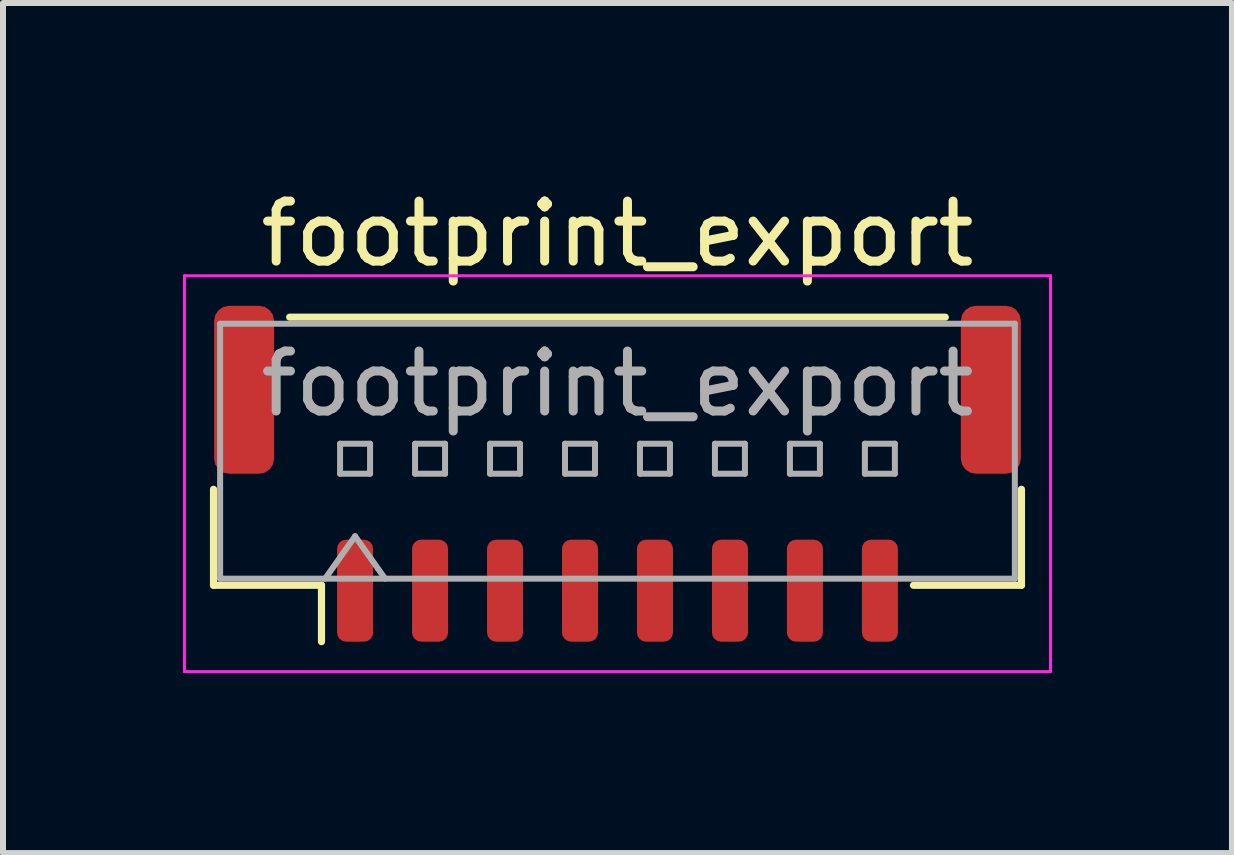
<source format=kicad_pcb>
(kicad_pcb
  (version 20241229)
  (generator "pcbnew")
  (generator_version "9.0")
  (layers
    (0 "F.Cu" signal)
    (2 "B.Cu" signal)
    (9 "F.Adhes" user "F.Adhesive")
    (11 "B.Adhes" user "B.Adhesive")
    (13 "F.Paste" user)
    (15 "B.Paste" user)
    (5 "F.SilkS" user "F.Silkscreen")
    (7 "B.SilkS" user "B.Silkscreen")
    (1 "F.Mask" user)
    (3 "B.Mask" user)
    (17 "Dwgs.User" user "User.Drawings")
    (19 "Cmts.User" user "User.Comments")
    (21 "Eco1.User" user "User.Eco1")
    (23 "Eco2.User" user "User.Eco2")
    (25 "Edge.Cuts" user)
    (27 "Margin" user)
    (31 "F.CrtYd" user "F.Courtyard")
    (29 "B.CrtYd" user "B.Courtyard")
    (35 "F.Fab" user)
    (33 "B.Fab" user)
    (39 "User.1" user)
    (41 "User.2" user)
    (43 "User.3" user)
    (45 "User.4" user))
  (footprint "footprint_export"
    (layer "F.Cu")
    (at 7.245 4.848)
    (property "Reference" "footprint_export" (at 0 -4 0) (layer "F.SilkS") (effects (font (size 1 1) (thickness 0.15))))
    (attr smd)
    (fp_line (start -6.735 0.26) (end -6.735 1.86) (stroke (width 0.12) (type solid)) (layer "F.SilkS"))
    (fp_line (start -6.735 1.86) (end -4.935 1.86) (stroke (width 0.12) (type solid)) (layer "F.SilkS"))
    (fp_line (start -5.465 -2.61) (end 5.465 -2.61) (stroke (width 0.12) (type solid)) (layer "F.SilkS"))
    (fp_line (start -4.935 1.86) (end -4.935 2.8) (stroke (width 0.12) (type solid)) (layer "F.SilkS"))
    (fp_line (start 6.735 0.26) (end 6.735 1.86) (stroke (width 0.12) (type solid)) (layer "F.SilkS"))
    (fp_line (start 6.735 1.86) (end 4.935 1.86) (stroke (width 0.12) (type solid)) (layer "F.SilkS"))
    (fp_line (start -7.22 -3.3) (end -7.22 3.3) (stroke (width 0.05) (type solid)) (layer "F.CrtYd"))
    (fp_line (start -7.22 3.3) (end 7.22 3.3) (stroke (width 0.05) (type solid)) (layer "F.CrtYd"))
    (fp_line (start 7.22 -3.3) (end -7.22 -3.3) (stroke (width 0.05) (type solid)) (layer "F.CrtYd"))
    (fp_line (start 7.22 3.3) (end 7.22 -3.3) (stroke (width 0.05) (type solid)) (layer "F.CrtYd"))
    (fp_line (start -6.625 -2.5) (end 6.625 -2.5) (stroke (width 0.1) (type solid)) (layer "F.Fab"))
    (fp_line (start -6.625 1.75) (end -6.625 -2.5) (stroke (width 0.1) (type solid)) (layer "F.Fab"))
    (fp_line (start -6.625 1.75) (end 6.625 1.75) (stroke (width 0.1) (type solid)) (layer "F.Fab"))
    (fp_line (start -4.875 1.75) (end -4.375 1.043) (stroke (width 0.1) (type solid)) (layer "F.Fab"))
    (fp_line (start -4.625 -0.5) (end -4.625 0) (stroke (width 0.1) (type solid)) (layer "F.Fab"))
    (fp_line (start -4.625 0) (end -4.125 0) (stroke (width 0.1) (type solid)) (layer "F.Fab"))
    (fp_line (start -4.375 1.043) (end -3.875 1.75) (stroke (width 0.1) (type solid)) (layer "F.Fab"))
    (fp_line (start -4.125 -0.5) (end -4.625 -0.5) (stroke (width 0.1) (type solid)) (layer "F.Fab"))
    (fp_line (start -4.125 0) (end -4.125 -0.5) (stroke (width 0.1) (type solid)) (layer "F.Fab"))
    (fp_line (start -3.375 -0.5) (end -3.375 0) (stroke (width 0.1) (type solid)) (layer "F.Fab"))
    (fp_line (start -3.375 0) (end -2.875 0) (stroke (width 0.1) (type solid)) (layer "F.Fab"))
    (fp_line (start -2.875 -0.5) (end -3.375 -0.5) (stroke (width 0.1) (type solid)) (layer "F.Fab"))
    (fp_line (start -2.875 0) (end -2.875 -0.5) (stroke (width 0.1) (type solid)) (layer "F.Fab"))
    (fp_line (start -2.125 -0.5) (end -2.125 0) (stroke (width 0.1) (type solid)) (layer "F.Fab"))
    (fp_line (start -2.125 0) (end -1.625 0) (stroke (width 0.1) (type solid)) (layer "F.Fab"))
    (fp_line (start -1.625 -0.5) (end -2.125 -0.5) (stroke (width 0.1) (type solid)) (layer "F.Fab"))
    (fp_line (start -1.625 0) (end -1.625 -0.5) (stroke (width 0.1) (type solid)) (layer "F.Fab"))
    (fp_line (start -0.875 -0.5) (end -0.875 0) (stroke (width 0.1) (type solid)) (layer "F.Fab"))
    (fp_line (start -0.875 0) (end -0.375 0) (stroke (width 0.1) (type solid)) (layer "F.Fab"))
    (fp_line (start -0.375 -0.5) (end -0.875 -0.5) (stroke (width 0.1) (type solid)) (layer "F.Fab"))
    (fp_line (start -0.375 0) (end -0.375 -0.5) (stroke (width 0.1) (type solid)) (layer "F.Fab"))
    (fp_line (start 0.375 -0.5) (end 0.375 0) (stroke (width 0.1) (type solid)) (layer "F.Fab"))
    (fp_line (start 0.375 0) (end 0.875 0) (stroke (width 0.1) (type solid)) (layer "F.Fab"))
    (fp_line (start 0.875 -0.5) (end 0.375 -0.5) (stroke (width 0.1) (type solid)) (layer "F.Fab"))
    (fp_line (start 0.875 0) (end 0.875 -0.5) (stroke (width 0.1) (type solid)) (layer "F.Fab"))
    (fp_line (start 1.625 -0.5) (end 1.625 0) (stroke (width 0.1) (type solid)) (layer "F.Fab"))
    (fp_line (start 1.625 0) (end 2.125 0) (stroke (width 0.1) (type solid)) (layer "F.Fab"))
    (fp_line (start 2.125 -0.5) (end 1.625 -0.5) (stroke (width 0.1) (type solid)) (layer "F.Fab"))
    (fp_line (start 2.125 0) (end 2.125 -0.5) (stroke (width 0.1) (type solid)) (layer "F.Fab"))
    (fp_line (start 2.875 -0.5) (end 2.875 0) (stroke (width 0.1) (type solid)) (layer "F.Fab"))
    (fp_line (start 2.875 0) (end 3.375 0) (stroke (width 0.1) (type solid)) (layer "F.Fab"))
    (fp_line (start 3.375 -0.5) (end 2.875 -0.5) (stroke (width 0.1) (type solid)) (layer "F.Fab"))
    (fp_line (start 3.375 0) (end 3.375 -0.5) (stroke (width 0.1) (type solid)) (layer "F.Fab"))
    (fp_line (start 4.125 -0.5) (end 4.125 0) (stroke (width 0.1) (type solid)) (layer "F.Fab"))
    (fp_line (start 4.125 0) (end 4.625 0) (stroke (width 0.1) (type solid)) (layer "F.Fab"))
    (fp_line (start 4.625 -0.5) (end 4.125 -0.5) (stroke (width 0.1) (type solid)) (layer "F.Fab"))
    (fp_line (start 4.625 0) (end 4.625 -0.5) (stroke (width 0.1) (type solid)) (layer "F.Fab"))
    (fp_line (start 6.625 1.75) (end 6.625 -2.5) (stroke (width 0.1) (type solid)) (layer "F.Fab"))
    (fp_text user "${REFERENCE}" (at 0 -1.5 0) (layer "F.Fab") (effects (font (size 1 1) (thickness 0.15))))
    (pad "1" smd roundrect (at -4.375 1.95) (size 0.6 1.7) (layers "F.Cu" "F.Mask" "F.Paste") (roundrect_rratio 0.25))
    (pad "2" smd roundrect (at -3.125 1.95) (size 0.6 1.7) (layers "F.Cu" "F.Mask" "F.Paste") (roundrect_rratio 0.25))
    (pad "3" smd roundrect (at -1.875 1.95) (size 0.6 1.7) (layers "F.Cu" "F.Mask" "F.Paste") (roundrect_rratio 0.25))
    (pad "4" smd roundrect (at -0.625 1.95) (size 0.6 1.7) (layers "F.Cu" "F.Mask" "F.Paste") (roundrect_rratio 0.25))
    (pad "5" smd roundrect (at 0.625 1.95) (size 0.6 1.7) (layers "F.Cu" "F.Mask" "F.Paste") (roundrect_rratio 0.25))
    (pad "6" smd roundrect (at 1.875 1.95) (size 0.6 1.7) (layers "F.Cu" "F.Mask" "F.Paste") (roundrect_rratio 0.25))
    (pad "7" smd roundrect (at 3.125 1.95) (size 0.6 1.7) (layers "F.Cu" "F.Mask" "F.Paste") (roundrect_rratio 0.25))
    (pad "8" smd roundrect (at 4.375 1.95) (size 0.6 1.7) (layers "F.Cu" "F.Mask" "F.Paste") (roundrect_rratio 0.25))
    (pad "MP" smd roundrect (at -6.225 -1.4) (size 1 2.8) (layers "F.Cu" "F.Mask" "F.Paste") (roundrect_rratio 0.25))
    (pad "MP" smd roundrect (at 6.225 -1.4) (size 1 2.8) (layers "F.Cu" "F.Mask" "F.Paste") (roundrect_rratio 0.25)))
  (gr_rect
    (start -3 -3)
    (end 17.49 11.173)
    (stroke (width 0.1) (type default))
    (fill no)
    (layer "Edge.Cuts")))
</source>
